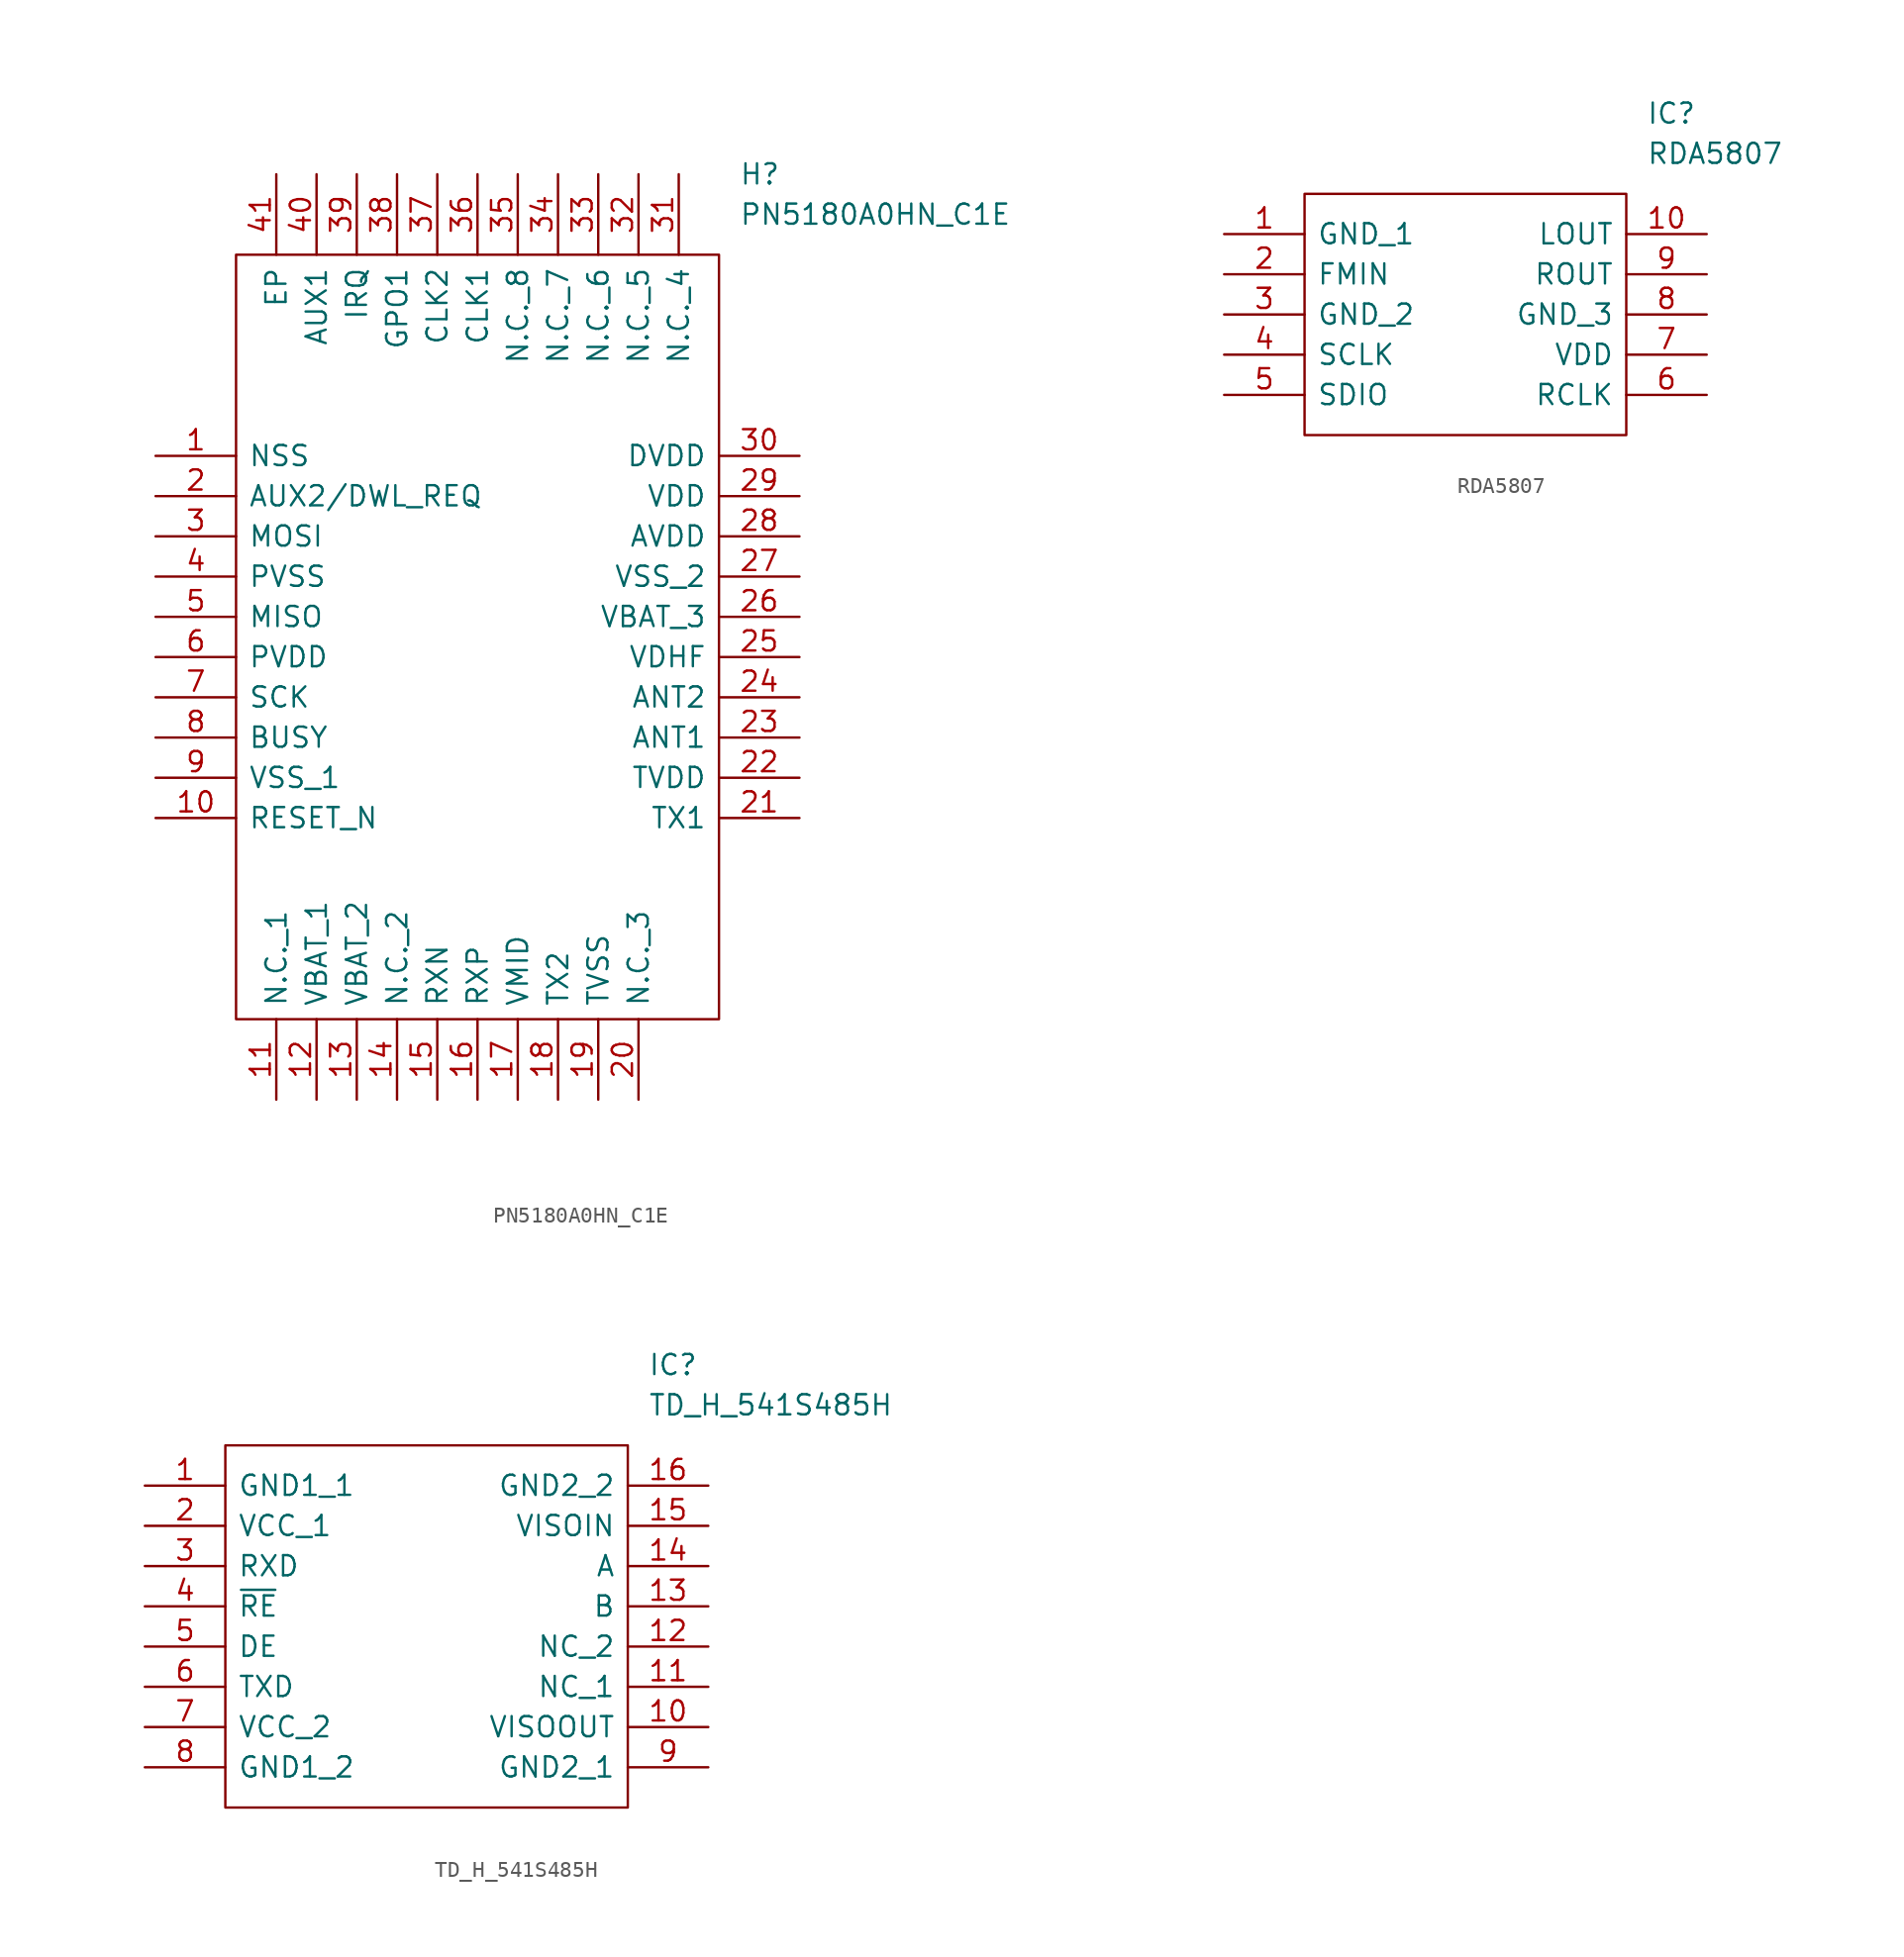
<source format=kicad_sym>
(kicad_symbol_lib
  (version 20211014)
  (generator kicad_symbol_editor)
  (symbol "PN5180A0HN_C1E"
    (pin_names
      (offset 0.762))
    (property "Reference" "H"
      (at 36.83 17.78 0)
      (effects (font (size 1.27 1.27)) (justify left)))
    (property "Value" "PN5180A0HN_C1E"
      (at 36.83 15.24 0)
      (effects (font (size 1.27 1.27)) (justify left)))
    (symbol "PN5180A0HN_C1E_0_0"
      (pin input line (at 0 0 0) (length 5.08) (name "NSS" (effects (font (size 1.27 1.27)))) (number "1" (effects (font (size 1.27 1.27)))))
      (pin input line (at 0 -22.86 0) (length 5.08) (name "RESET_N" (effects (font (size 1.27 1.27)))) (number "10" (effects (font (size 1.27 1.27)))))
      (pin unspecified line (at 7.62 -40.64 90) (length 5.08) (name "N.C._1" (effects (font (size 1.27 1.27)))) (number "11" (effects (font (size 1.27 1.27)))))
      (pin power_in line (at 10.16 -40.64 90) (length 5.08) (name "VBAT_1" (effects (font (size 1.27 1.27)))) (number "12" (effects (font (size 1.27 1.27)))))
      (pin power_in line (at 12.7 -40.64 90) (length 5.08) (name "VBAT_2" (effects (font (size 1.27 1.27)))) (number "13" (effects (font (size 1.27 1.27)))))
      (pin unspecified line (at 15.24 -40.64 90) (length 5.08) (name "N.C._2" (effects (font (size 1.27 1.27)))) (number "14" (effects (font (size 1.27 1.27)))))
      (pin input line (at 17.78 -40.64 90) (length 5.08) (name "RXN" (effects (font (size 1.27 1.27)))) (number "15" (effects (font (size 1.27 1.27)))))
      (pin input line (at 20.32 -40.64 90) (length 5.08) (name "RXP" (effects (font (size 1.27 1.27)))) (number "16" (effects (font (size 1.27 1.27)))))
      (pin power_in line (at 22.86 -40.64 90) (length 5.08) (name "VMID" (effects (font (size 1.27 1.27)))) (number "17" (effects (font (size 1.27 1.27)))))
      (pin output line (at 25.4 -40.64 90) (length 5.08) (name "TX2" (effects (font (size 1.27 1.27)))) (number "18" (effects (font (size 1.27 1.27)))))
      (pin power_in line (at 27.94 -40.64 90) (length 5.08) (name "TVSS" (effects (font (size 1.27 1.27)))) (number "19" (effects (font (size 1.27 1.27)))))
      (pin bidirectional line (at 0 -2.54 0) (length 5.08) (name "AUX2/DWL_REQ" (effects (font (size 1.27 1.27)))) (number "2" (effects (font (size 1.27 1.27)))))
      (pin unspecified line (at 30.48 -40.64 90) (length 5.08) (name "N.C._3" (effects (font (size 1.27 1.27)))) (number "20" (effects (font (size 1.27 1.27)))))
      (pin output line (at 40.64 -22.86 180) (length 5.08) (name "TX1" (effects (font (size 1.27 1.27)))) (number "21" (effects (font (size 1.27 1.27)))))
      (pin power_in line (at 40.64 -20.32 180) (length 5.08) (name "TVDD" (effects (font (size 1.27 1.27)))) (number "22" (effects (font (size 1.27 1.27)))))
      (pin input line (at 40.64 -17.78 180) (length 5.08) (name "ANT1" (effects (font (size 1.27 1.27)))) (number "23" (effects (font (size 1.27 1.27)))))
      (pin input line (at 40.64 -15.24 180) (length 5.08) (name "ANT2" (effects (font (size 1.27 1.27)))) (number "24" (effects (font (size 1.27 1.27)))))
      (pin power_in line (at 40.64 -12.7 180) (length 5.08) (name "VDHF" (effects (font (size 1.27 1.27)))) (number "25" (effects (font (size 1.27 1.27)))))
      (pin power_in line (at 40.64 -10.16 180) (length 5.08) (name "VBAT_3" (effects (font (size 1.27 1.27)))) (number "26" (effects (font (size 1.27 1.27)))))
      (pin power_in line (at 40.64 -7.62 180) (length 5.08) (name "VSS_2" (effects (font (size 1.27 1.27)))) (number "27" (effects (font (size 1.27 1.27)))))
      (pin power_in line (at 40.64 -5.08 180) (length 5.08) (name "AVDD" (effects (font (size 1.27 1.27)))) (number "28" (effects (font (size 1.27 1.27)))))
      (pin power_in line (at 40.64 -2.54 180) (length 5.08) (name "VDD" (effects (font (size 1.27 1.27)))) (number "29" (effects (font (size 1.27 1.27)))))
      (pin input line (at 0 -5.08 0) (length 5.08) (name "MOSI" (effects (font (size 1.27 1.27)))) (number "3" (effects (font (size 1.27 1.27)))))
      (pin power_in line (at 40.64 0 180) (length 5.08) (name "DVDD" (effects (font (size 1.27 1.27)))) (number "30" (effects (font (size 1.27 1.27)))))
      (pin unspecified line (at 33.02 17.78 270) (length 5.08) (name "N.C._4" (effects (font (size 1.27 1.27)))) (number "31" (effects (font (size 1.27 1.27)))))
      (pin unspecified line (at 30.48 17.78 270) (length 5.08) (name "N.C._5" (effects (font (size 1.27 1.27)))) (number "32" (effects (font (size 1.27 1.27)))))
      (pin unspecified line (at 27.94 17.78 270) (length 5.08) (name "N.C._6" (effects (font (size 1.27 1.27)))) (number "33" (effects (font (size 1.27 1.27)))))
      (pin unspecified line (at 25.4 17.78 270) (length 5.08) (name "N.C._7" (effects (font (size 1.27 1.27)))) (number "34" (effects (font (size 1.27 1.27)))))
      (pin unspecified line (at 22.86 17.78 270) (length 5.08) (name "N.C._8" (effects (font (size 1.27 1.27)))) (number "35" (effects (font (size 1.27 1.27)))))
      (pin input line (at 20.32 17.78 270) (length 5.08) (name "CLK1" (effects (font (size 1.27 1.27)))) (number "36" (effects (font (size 1.27 1.27)))))
      (pin output line (at 17.78 17.78 270) (length 5.08) (name "CLK2" (effects (font (size 1.27 1.27)))) (number "37" (effects (font (size 1.27 1.27)))))
      (pin output line (at 15.24 17.78 270) (length 5.08) (name "GPO1" (effects (font (size 1.27 1.27)))) (number "38" (effects (font (size 1.27 1.27)))))
      (pin output line (at 12.7 17.78 270) (length 5.08) (name "IRQ" (effects (font (size 1.27 1.27)))) (number "39" (effects (font (size 1.27 1.27)))))
      (pin power_in line (at 0 -7.62 0) (length 5.08) (name "PVSS" (effects (font (size 1.27 1.27)))) (number "4" (effects (font (size 1.27 1.27)))))
      (pin output line (at 10.16 17.78 270) (length 5.08) (name "AUX1" (effects (font (size 1.27 1.27)))) (number "40" (effects (font (size 1.27 1.27)))))
      (pin unspecified line (at 7.62 17.78 270) (length 5.08) (name "EP" (effects (font (size 1.27 1.27)))) (number "41" (effects (font (size 1.27 1.27)))))
      (pin output line (at 0 -10.16 0) (length 5.08) (name "MISO" (effects (font (size 1.27 1.27)))) (number "5" (effects (font (size 1.27 1.27)))))
      (pin power_in line (at 0 -12.7 0) (length 5.08) (name "PVDD" (effects (font (size 1.27 1.27)))) (number "6" (effects (font (size 1.27 1.27)))))
      (pin input line (at 0 -15.24 0) (length 5.08) (name "SCK" (effects (font (size 1.27 1.27)))) (number "7" (effects (font (size 1.27 1.27)))))
      (pin output line (at 0 -17.78 0) (length 5.08) (name "BUSY" (effects (font (size 1.27 1.27)))) (number "8" (effects (font (size 1.27 1.27)))))
      (pin power_in line (at 0 -20.32 0) (length 5.08) (name "VSS_1" (effects (font (size 1.27 1.27)))) (number "9" (effects (font (size 1.27 1.27))))))
    (symbol "PN5180A0HN_C1E_0_1"
      (polyline (pts (xy 5.08 12.7) (xy 35.56 12.7) (xy 35.56 -35.56) (xy 5.08 -35.56) (xy 5.08 12.7)) (stroke (width 0.152) (type default) (color 0 0 0 0)) (fill (type none)))))
  (symbol "RDA5807"
    (pin_names
      (offset 0.762))
    (property "Reference" "IC"
      (at 26.67 7.62 0)
      (effects (font (size 1.27 1.27)) (justify left)))
    (property "Value" "RDA5807"
      (at 26.67 5.08 0)
      (effects (font (size 1.27 1.27)) (justify left)))
    (symbol "RDA5807_0_0"
      (pin unspecified line (at 0 0 0) (length 5.08) (name "GND_1" (effects (font (size 1.27 1.27)))) (number "1" (effects (font (size 1.27 1.27)))))
      (pin unspecified line (at 30.48 0 180) (length 5.08) (name "LOUT" (effects (font (size 1.27 1.27)))) (number "10" (effects (font (size 1.27 1.27)))))
      (pin unspecified line (at 0 -2.54 0) (length 5.08) (name "FMIN" (effects (font (size 1.27 1.27)))) (number "2" (effects (font (size 1.27 1.27)))))
      (pin unspecified line (at 0 -5.08 0) (length 5.08) (name "GND_2" (effects (font (size 1.27 1.27)))) (number "3" (effects (font (size 1.27 1.27)))))
      (pin unspecified line (at 0 -7.62 0) (length 5.08) (name "SCLK" (effects (font (size 1.27 1.27)))) (number "4" (effects (font (size 1.27 1.27)))))
      (pin unspecified line (at 0 -10.16 0) (length 5.08) (name "SDIO" (effects (font (size 1.27 1.27)))) (number "5" (effects (font (size 1.27 1.27)))))
      (pin unspecified line (at 30.48 -10.16 180) (length 5.08) (name "RCLK" (effects (font (size 1.27 1.27)))) (number "6" (effects (font (size 1.27 1.27)))))
      (pin unspecified line (at 30.48 -7.62 180) (length 5.08) (name "VDD" (effects (font (size 1.27 1.27)))) (number "7" (effects (font (size 1.27 1.27)))))
      (pin unspecified line (at 30.48 -5.08 180) (length 5.08) (name "GND_3" (effects (font (size 1.27 1.27)))) (number "8" (effects (font (size 1.27 1.27)))))
      (pin unspecified line (at 30.48 -2.54 180) (length 5.08) (name "ROUT" (effects (font (size 1.27 1.27)))) (number "9" (effects (font (size 1.27 1.27))))))
    (symbol "RDA5807_0_1"
      (polyline (pts (xy 5.08 2.54) (xy 25.4 2.54) (xy 25.4 -12.7) (xy 5.08 -12.7) (xy 5.08 2.54)) (stroke (width 0.152) (type default) (color 0 0 0 0)) (fill (type none)))))
  (symbol "TD_H_541S485H"
    (pin_names
      (offset 0.762))
    (property "Reference" "IC"
      (at 31.75 7.62 0)
      (effects (font (size 1.27 1.27)) (justify left)))
    (property "Value" "TD_H_541S485H"
      (at 31.75 5.08 0)
      (effects (font (size 1.27 1.27)) (justify left)))
    (symbol "TD_H_541S485H_0_0"
      (pin passive line (at 0 0 0) (length 5.08) (name "GND1_1" (effects (font (size 1.27 1.27)))) (number "1" (effects (font (size 1.27 1.27)))))
      (pin passive line (at 35.56 -15.24 180) (length 5.08) (name "VISOOUT" (effects (font (size 1.27 1.27)))) (number "10" (effects (font (size 1.27 1.27)))))
      (pin passive line (at 35.56 -12.7 180) (length 5.08) (name "NC_1" (effects (font (size 1.27 1.27)))) (number "11" (effects (font (size 1.27 1.27)))))
      (pin passive line (at 35.56 -10.16 180) (length 5.08) (name "NC_2" (effects (font (size 1.27 1.27)))) (number "12" (effects (font (size 1.27 1.27)))))
      (pin passive line (at 35.56 -7.62 180) (length 5.08) (name "B" (effects (font (size 1.27 1.27)))) (number "13" (effects (font (size 1.27 1.27)))))
      (pin passive line (at 35.56 -5.08 180) (length 5.08) (name "A" (effects (font (size 1.27 1.27)))) (number "14" (effects (font (size 1.27 1.27)))))
      (pin passive line (at 35.56 -2.54 180) (length 5.08) (name "VISOIN" (effects (font (size 1.27 1.27)))) (number "15" (effects (font (size 1.27 1.27)))))
      (pin passive line (at 35.56 0 180) (length 5.08) (name "GND2_2" (effects (font (size 1.27 1.27)))) (number "16" (effects (font (size 1.27 1.27)))))
      (pin passive line (at 0 -2.54 0) (length 5.08) (name "VCC_1" (effects (font (size 1.27 1.27)))) (number "2" (effects (font (size 1.27 1.27)))))
      (pin passive line (at 0 -5.08 0) (length 5.08) (name "RXD" (effects (font (size 1.27 1.27)))) (number "3" (effects (font (size 1.27 1.27)))))
      (pin passive line (at 0 -7.62 0) (length 5.08) (name "~{RE}" (effects (font (size 1.27 1.27)))) (number "4" (effects (font (size 1.27 1.27)))))
      (pin passive line (at 0 -10.16 0) (length 5.08) (name "DE" (effects (font (size 1.27 1.27)))) (number "5" (effects (font (size 1.27 1.27)))))
      (pin passive line (at 0 -12.7 0) (length 5.08) (name "TXD" (effects (font (size 1.27 1.27)))) (number "6" (effects (font (size 1.27 1.27)))))
      (pin passive line (at 0 -15.24 0) (length 5.08) (name "VCC_2" (effects (font (size 1.27 1.27)))) (number "7" (effects (font (size 1.27 1.27)))))
      (pin passive line (at 0 -17.78 0) (length 5.08) (name "GND1_2" (effects (font (size 1.27 1.27)))) (number "8" (effects (font (size 1.27 1.27)))))
      (pin passive line (at 35.56 -17.78 180) (length 5.08) (name "GND2_1" (effects (font (size 1.27 1.27)))) (number "9" (effects (font (size 1.27 1.27))))))
    (symbol "TD_H_541S485H_0_1"
      (polyline (pts (xy 5.08 2.54) (xy 30.48 2.54) (xy 30.48 -20.32) (xy 5.08 -20.32) (xy 5.08 2.54)) (stroke (width 0.152) (type default) (color 0 0 0 0)) (fill (type none))))))
</source>
